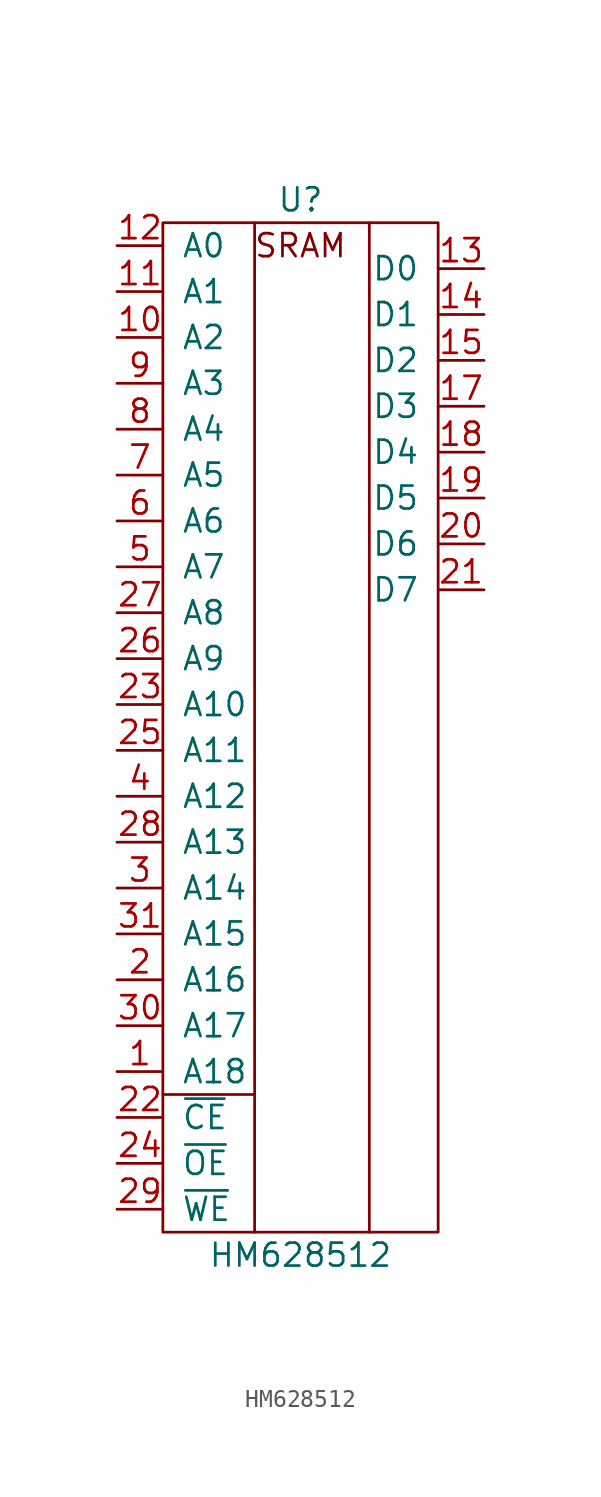
<source format=kicad_sym>
(kicad_symbol_lib
  (version 20211014)
  (generator kicad_symbol_editor)
  (symbol "HM628512"
    (pin_names
      (offset 1.016))
    (property "Reference" "U"
      (at 0 29.21 0)
      (effects (font (size 1.27 1.27))))
    (property "Value" "HM628512"
      (at 0 -29.21 0)
      (effects (font (size 1.27 1.27))))
    (symbol "HM628512_1_1"
      (rectangle (start -7.62 27.94) (end 7.62 -27.94) (stroke (width 0) (type default) (color 0 0 0 0)) (fill (type none)))
      (polyline (pts (xy -7.62 -20.32) (xy -2.54 -20.32)) (stroke (width 0) (type default) (color 0 0 0 0)) (fill (type none)))
      (polyline (pts (xy -2.54 -27.94) (xy -2.54 27.94)) (stroke (width 0) (type default) (color 0 0 0 0)) (fill (type none)))
      (polyline (pts (xy 3.81 27.94) (xy 3.81 -27.94)) (stroke (width 0) (type default) (color 0 0 0 0)) (fill (type none)))
      (text "SRAM" (at 0 26.67 0) (effects (font (size 1.27 1.27))))
      (pin input line (at -10.16 -19.05 0) (length 2.54) (name "A18" (effects (font (size 1.27 1.27)))) (number "1" (effects (font (size 1.27 1.27)))))
      (pin input line (at -10.16 21.59 0) (length 2.54) (name "A2" (effects (font (size 1.27 1.27)))) (number "10" (effects (font (size 1.27 1.27)))))
      (pin input line (at -10.16 24.13 0) (length 2.54) (name "A1" (effects (font (size 1.27 1.27)))) (number "11" (effects (font (size 1.27 1.27)))))
      (pin input line (at -10.16 26.67 0) (length 2.54) (name "A0" (effects (font (size 1.27 1.27)))) (number "12" (effects (font (size 1.27 1.27)))))
      (pin bidirectional line (at 10.16 25.4 180) (length 2.54) (name "D0" (effects (font (size 1.27 1.27)))) (number "13" (effects (font (size 1.27 1.27)))))
      (pin bidirectional line (at 10.16 22.86 180) (length 2.54) (name "D1" (effects (font (size 1.27 1.27)))) (number "14" (effects (font (size 1.27 1.27)))))
      (pin bidirectional line (at 10.16 20.32 180) (length 2.54) (name "D2" (effects (font (size 1.27 1.27)))) (number "15" (effects (font (size 1.27 1.27)))))
      (pin power_in line (at 7.62 -27.94 180) (length 0) hide (name "GND" (effects (font (size 1.27 1.27)))) (number "16" (effects (font (size 1.27 1.27)))))
      (pin bidirectional line (at 10.16 17.78 180) (length 2.54) (name "D3" (effects (font (size 1.27 1.27)))) (number "17" (effects (font (size 1.27 1.27)))))
      (pin bidirectional line (at 10.16 15.24 180) (length 2.54) (name "D4" (effects (font (size 1.27 1.27)))) (number "18" (effects (font (size 1.27 1.27)))))
      (pin bidirectional line (at 10.16 12.7 180) (length 2.54) (name "D5" (effects (font (size 1.27 1.27)))) (number "19" (effects (font (size 1.27 1.27)))))
      (pin input line (at -10.16 -13.97 0) (length 2.54) (name "A16" (effects (font (size 1.27 1.27)))) (number "2" (effects (font (size 1.27 1.27)))))
      (pin bidirectional line (at 10.16 10.16 180) (length 2.54) (name "D6" (effects (font (size 1.27 1.27)))) (number "20" (effects (font (size 1.27 1.27)))))
      (pin bidirectional line (at 10.16 7.62 180) (length 2.54) (name "D7" (effects (font (size 1.27 1.27)))) (number "21" (effects (font (size 1.27 1.27)))))
      (pin input line (at -10.16 -21.59 0) (length 2.54) (name "~{CE}" (effects (font (size 1.27 1.27)))) (number "22" (effects (font (size 1.27 1.27)))))
      (pin input line (at -10.16 1.27 0) (length 2.54) (name "A10" (effects (font (size 1.27 1.27)))) (number "23" (effects (font (size 1.27 1.27)))))
      (pin input line (at -10.16 -24.13 0) (length 2.54) (name "~{OE}" (effects (font (size 1.27 1.27)))) (number "24" (effects (font (size 1.27 1.27)))))
      (pin input line (at -10.16 -1.27 0) (length 2.54) (name "A11" (effects (font (size 1.27 1.27)))) (number "25" (effects (font (size 1.27 1.27)))))
      (pin input line (at -10.16 3.81 0) (length 2.54) (name "A9" (effects (font (size 1.27 1.27)))) (number "26" (effects (font (size 1.27 1.27)))))
      (pin input line (at -10.16 6.35 0) (length 2.54) (name "A8" (effects (font (size 1.27 1.27)))) (number "27" (effects (font (size 1.27 1.27)))))
      (pin input line (at -10.16 -6.35 0) (length 2.54) (name "A13" (effects (font (size 1.27 1.27)))) (number "28" (effects (font (size 1.27 1.27)))))
      (pin input line (at -10.16 -26.67 0) (length 2.54) (name "~{WE}" (effects (font (size 1.27 1.27)))) (number "29" (effects (font (size 1.27 1.27)))))
      (pin input line (at -10.16 -8.89 0) (length 2.54) (name "A14" (effects (font (size 1.27 1.27)))) (number "3" (effects (font (size 1.27 1.27)))))
      (pin input line (at -10.16 -16.51 0) (length 2.54) (name "A17" (effects (font (size 1.27 1.27)))) (number "30" (effects (font (size 1.27 1.27)))))
      (pin input line (at -10.16 -11.43 0) (length 2.54) (name "A15" (effects (font (size 1.27 1.27)))) (number "31" (effects (font (size 1.27 1.27)))))
      (pin power_in line (at 7.62 27.94 180) (length 0) hide (name "VCC" (effects (font (size 1.27 1.27)))) (number "32" (effects (font (size 1.27 1.27)))))
      (pin input line (at -10.16 -3.81 0) (length 2.54) (name "A12" (effects (font (size 1.27 1.27)))) (number "4" (effects (font (size 1.27 1.27)))))
      (pin input line (at -10.16 8.89 0) (length 2.54) (name "A7" (effects (font (size 1.27 1.27)))) (number "5" (effects (font (size 1.27 1.27)))))
      (pin input line (at -10.16 11.43 0) (length 2.54) (name "A6" (effects (font (size 1.27 1.27)))) (number "6" (effects (font (size 1.27 1.27)))))
      (pin input line (at -10.16 13.97 0) (length 2.54) (name "A5" (effects (font (size 1.27 1.27)))) (number "7" (effects (font (size 1.27 1.27)))))
      (pin input line (at -10.16 16.51 0) (length 2.54) (name "A4" (effects (font (size 1.27 1.27)))) (number "8" (effects (font (size 1.27 1.27)))))
      (pin input line (at -10.16 19.05 0) (length 2.54) (name "A3" (effects (font (size 1.27 1.27)))) (number "9" (effects (font (size 1.27 1.27))))))))
</source>
